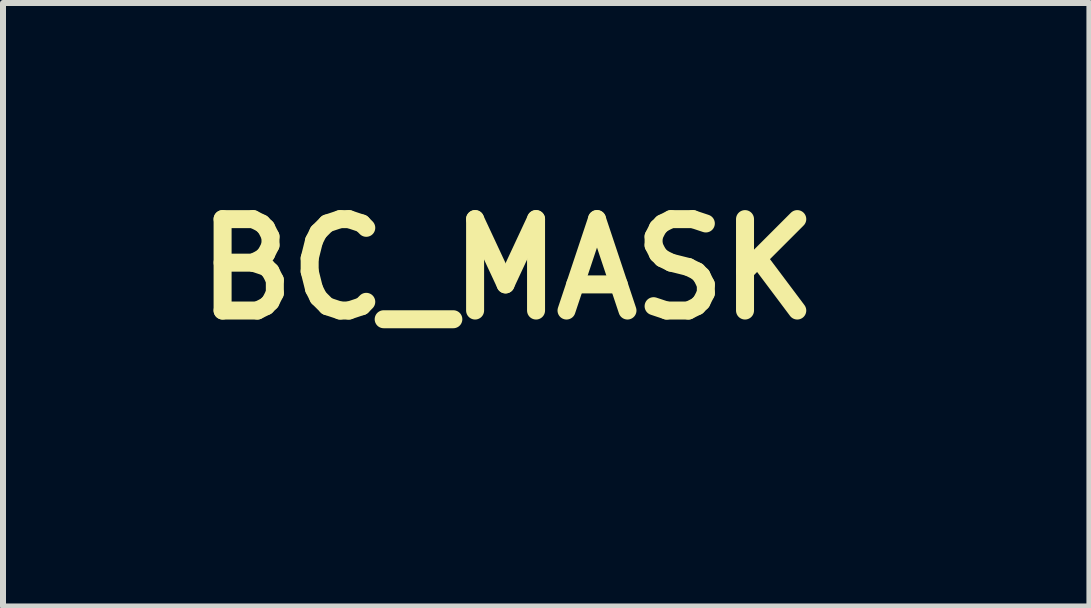
<source format=kicad_pcb>
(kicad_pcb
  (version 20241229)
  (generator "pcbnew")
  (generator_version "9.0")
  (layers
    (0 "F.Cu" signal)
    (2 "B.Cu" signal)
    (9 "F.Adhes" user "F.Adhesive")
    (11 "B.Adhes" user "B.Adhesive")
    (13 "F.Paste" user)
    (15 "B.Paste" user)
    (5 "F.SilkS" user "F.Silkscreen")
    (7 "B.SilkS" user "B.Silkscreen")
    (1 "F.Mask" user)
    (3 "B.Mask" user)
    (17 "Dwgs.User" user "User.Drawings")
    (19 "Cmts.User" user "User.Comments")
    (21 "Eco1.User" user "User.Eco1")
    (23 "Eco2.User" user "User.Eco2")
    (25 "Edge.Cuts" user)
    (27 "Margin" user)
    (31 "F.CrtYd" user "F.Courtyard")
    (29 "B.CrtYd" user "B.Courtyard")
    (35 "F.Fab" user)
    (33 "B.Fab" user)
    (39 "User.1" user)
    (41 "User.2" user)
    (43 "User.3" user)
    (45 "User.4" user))
  (footprint "BC_MASK"
    (layer "F.Cu")
    (at 5.414 1.437)
    (property "Reference" "BC_MASK" (at 0 0 0) (layer "F.SilkS") (effects (font (size 1.524 1.524) (thickness 0.3))))
    (attr through_hole)
    (fp_poly (pts (xy 4.514 1.763) (xy 4.517 1.767) (xy 4.523 1.792) (xy 4.526 1.84) (xy 4.524 1.899) (xy 4.523 1.907) (xy 4.498 2.043) (xy 4.443 2.171) (xy 4.36 2.287) (xy 4.252 2.39) (xy 4.142 2.465) (xy 4.016 2.528) (xy 3.887 2.576) (xy 3.763 2.606) (xy 3.649 2.618) (xy 3.55 2.609) (xy 3.518 2.601) (xy 3.46 2.578) (xy 3.403 2.549) (xy 3.395 2.544) (xy 3.363 2.52) (xy 3.32 2.481) (xy 3.271 2.434) (xy 3.223 2.384) (xy 3.179 2.336) (xy 3.147 2.297) (xy 3.132 2.273) (xy 3.131 2.27) (xy 3.133 2.263) (xy 3.141 2.263) (xy 3.162 2.274) (xy 3.201 2.297) (xy 3.227 2.313) (xy 3.274 2.339) (xy 3.335 2.366) (xy 3.37 2.38) (xy 3.493 2.415) (xy 3.61 2.425) (xy 3.724 2.41) (xy 3.838 2.369) (xy 3.953 2.3) (xy 4.073 2.204) (xy 4.199 2.078) (xy 4.23 2.042) (xy 4.314 1.95) (xy 4.379 1.878) (xy 4.428 1.826) (xy 4.463 1.791) (xy 4.488 1.77) (xy 4.504 1.762) (xy 4.514 1.763)) (stroke (width 0.01) (type solid)) (fill yes) (layer "F.Mask"))
    (fp_poly (pts (xy 6.635 -1.43) (xy 6.653 -1.418) (xy 6.654 -1.418) (xy 6.681 -1.393) (xy 6.691 -1.374) (xy 6.683 -1.355) (xy 6.659 -1.316) (xy 6.624 -1.262) (xy 6.58 -1.199) (xy 6.575 -1.191) (xy 6.538 -1.141) (xy 6.501 -1.091) (xy 6.46 -1.039) (xy 6.413 -0.983) (xy 6.358 -0.92) (xy 6.292 -0.847) (xy 6.213 -0.762) (xy 6.119 -0.662) (xy 6.008 -0.544) (xy 5.881 -0.411) (xy 5.757 -0.28) (xy 5.652 -0.169) (xy 5.563 -0.071) (xy 5.487 0.016) (xy 5.42 0.097) (xy 5.358 0.175) (xy 5.299 0.255) (xy 5.239 0.34) (xy 5.175 0.435) (xy 5.155 0.465) (xy 5.081 0.577) (xy 5.02 0.663) (xy 4.97 0.728) (xy 4.928 0.774) (xy 4.893 0.804) (xy 4.86 0.82) (xy 4.828 0.826) (xy 4.82 0.826) (xy 4.792 0.82) (xy 4.784 0.81) (xy 4.792 0.785) (xy 4.813 0.739) (xy 4.844 0.677) (xy 4.882 0.604) (xy 4.924 0.527) (xy 4.968 0.451) (xy 5.002 0.394) (xy 5.071 0.286) (xy 5.145 0.179) (xy 5.225 0.07) (xy 5.314 -0.043) (xy 5.415 -0.163) (xy 5.529 -0.293) (xy 5.659 -0.435) (xy 5.807 -0.592) (xy 5.975 -0.767) (xy 6.044 -0.839) (xy 6.14 -0.937) (xy 6.233 -1.033) (xy 6.319 -1.123) (xy 6.395 -1.203) (xy 6.458 -1.269) (xy 6.505 -1.319) (xy 6.526 -1.343) (xy 6.57 -1.392) (xy 6.599 -1.42) (xy 6.618 -1.432) (xy 6.635 -1.43)) (stroke (width 0.01) (type solid)) (fill yes) (layer "F.Mask")))
  (gr_rect
    (start -3 -3)
    (end 15.11 7.059)
    (stroke (width 0.1) (type default))
    (fill no)
    (layer "Edge.Cuts")))
</source>
